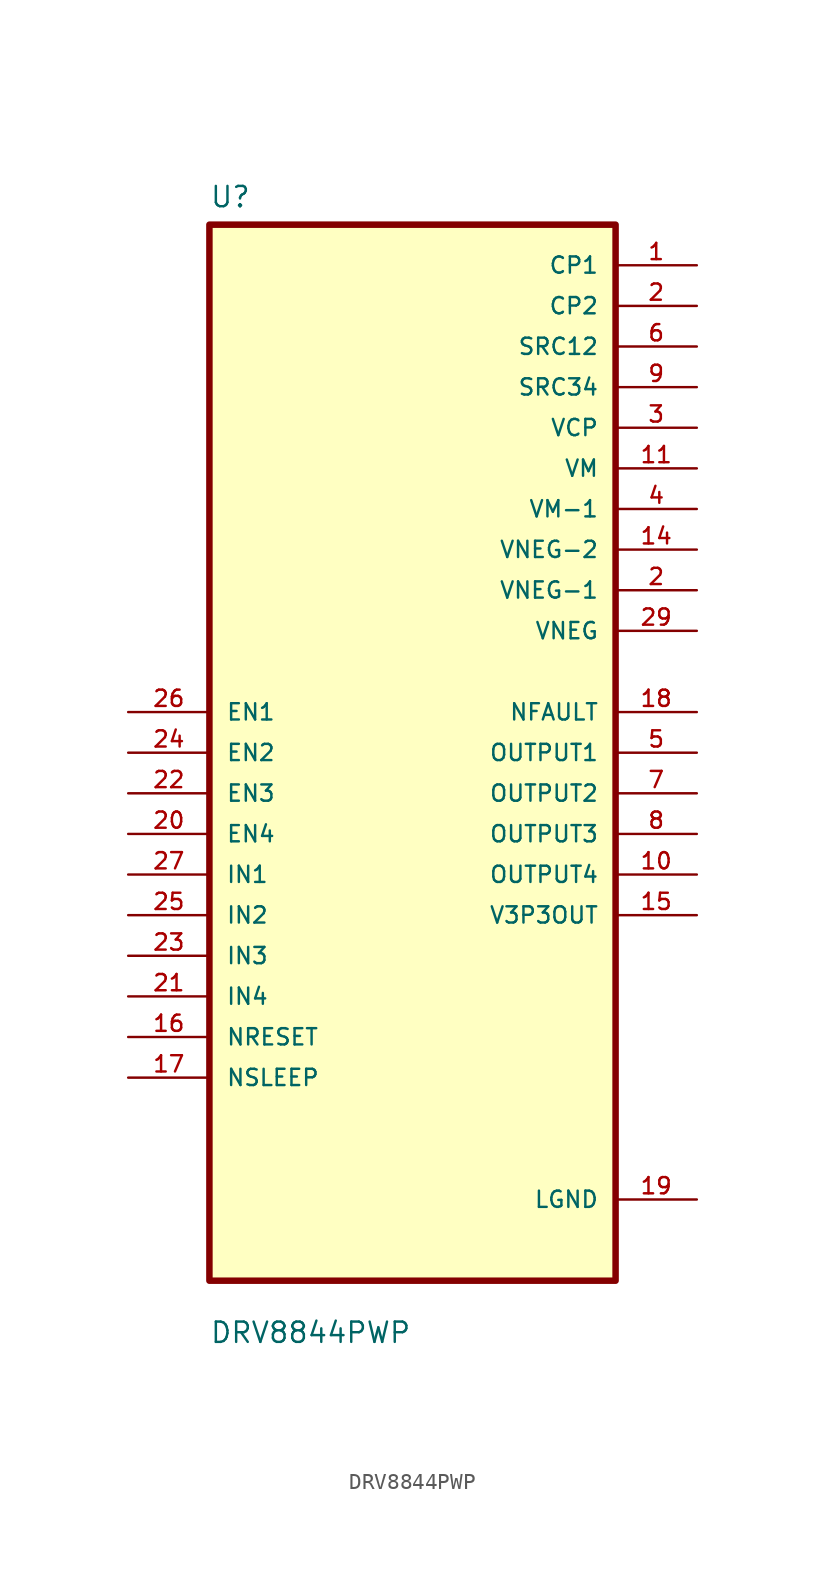
<source format=kicad_sym>
(kicad_symbol_lib
  (version 20211014)
  (generator kicad_symbol_editor)
  (symbol "DRV8844PWP"
    (pin_names
      (offset 1.016))
    (property "Reference" "U"
      (at -12.7 34.011 0)
      (effects (font (size 1.27 1.27)) (justify left bottom)))
    (property "Value" "DRV8844PWP"
      (at -12.7 -37.008 0)
      (effects (font (size 1.27 1.27)) (justify left bottom)))
    (property "ki_locked" ""
      (at 0 0 0)
      (effects (font (size 1.27 1.27))))
    (symbol "DRV8844PWP_0_0"
      (rectangle (start -12.7 -33.02) (end 12.7 33.02) (stroke (width 0.406) (type default) (color 0 0 0 0)) (fill (type background)))
      (pin power_in line (at 17.78 30.48 180) (length 5.08) (name "CP1" (effects (font (size 1.016 1.016)))) (number "1" (effects (font (size 1.016 1.016)))))
      (pin output line (at 17.78 -7.62 180) (length 5.08) (name "OUTPUT4" (effects (font (size 1.016 1.016)))) (number "10" (effects (font (size 1.016 1.016)))))
      (pin power_in line (at 17.78 17.78 180) (length 5.08) (name "VM" (effects (font (size 1.016 1.016)))) (number "11" (effects (font (size 1.016 1.016)))))
      (pin power_in line (at 17.78 12.7 180) (length 5.08) (name "VNEG-2" (effects (font (size 1.016 1.016)))) (number "14" (effects (font (size 1.016 1.016)))))
      (pin output line (at 17.78 -10.16 180) (length 5.08) (name "V3P3OUT" (effects (font (size 1.016 1.016)))) (number "15" (effects (font (size 1.016 1.016)))))
      (pin input line (at -17.78 -17.78 0) (length 5.08) (name "NRESET" (effects (font (size 1.016 1.016)))) (number "16" (effects (font (size 1.016 1.016)))))
      (pin input line (at -17.78 -20.32 0) (length 5.08) (name "NSLEEP" (effects (font (size 1.016 1.016)))) (number "17" (effects (font (size 1.016 1.016)))))
      (pin output line (at 17.78 2.54 180) (length 5.08) (name "NFAULT" (effects (font (size 1.016 1.016)))) (number "18" (effects (font (size 1.016 1.016)))))
      (pin power_in line (at 17.78 -27.94 180) (length 5.08) (name "LGND" (effects (font (size 1.016 1.016)))) (number "19" (effects (font (size 1.016 1.016)))))
      (pin power_in line (at 17.78 27.94 180) (length 5.08) (name "CP2" (effects (font (size 1.016 1.016)))) (number "2" (effects (font (size 1.016 1.016)))))
      (pin power_in line (at 17.78 10.16 180) (length 5.08) (name "VNEG-1" (effects (font (size 1.016 1.016)))) (number "2" (effects (font (size 1.016 1.016)))))
      (pin input line (at -17.78 -5.08 0) (length 5.08) (name "EN4" (effects (font (size 1.016 1.016)))) (number "20" (effects (font (size 1.016 1.016)))))
      (pin input line (at -17.78 -15.24 0) (length 5.08) (name "IN4" (effects (font (size 1.016 1.016)))) (number "21" (effects (font (size 1.016 1.016)))))
      (pin input line (at -17.78 -2.54 0) (length 5.08) (name "EN3" (effects (font (size 1.016 1.016)))) (number "22" (effects (font (size 1.016 1.016)))))
      (pin input line (at -17.78 -12.7 0) (length 5.08) (name "IN3" (effects (font (size 1.016 1.016)))) (number "23" (effects (font (size 1.016 1.016)))))
      (pin input line (at -17.78 0 0) (length 5.08) (name "EN2" (effects (font (size 1.016 1.016)))) (number "24" (effects (font (size 1.016 1.016)))))
      (pin input line (at -17.78 -10.16 0) (length 5.08) (name "IN2" (effects (font (size 1.016 1.016)))) (number "25" (effects (font (size 1.016 1.016)))))
      (pin input line (at -17.78 2.54 0) (length 5.08) (name "EN1" (effects (font (size 1.016 1.016)))) (number "26" (effects (font (size 1.016 1.016)))))
      (pin input line (at -17.78 -7.62 0) (length 5.08) (name "IN1" (effects (font (size 1.016 1.016)))) (number "27" (effects (font (size 1.016 1.016)))))
      (pin power_in line (at 17.78 7.62 180) (length 5.08) (name "VNEG" (effects (font (size 1.016 1.016)))) (number "29" (effects (font (size 1.016 1.016)))))
      (pin power_in line (at 17.78 20.32 180) (length 5.08) (name "VCP" (effects (font (size 1.016 1.016)))) (number "3" (effects (font (size 1.016 1.016)))))
      (pin power_in line (at 17.78 15.24 180) (length 5.08) (name "VM-1" (effects (font (size 1.016 1.016)))) (number "4" (effects (font (size 1.016 1.016)))))
      (pin output line (at 17.78 0 180) (length 5.08) (name "OUTPUT1" (effects (font (size 1.016 1.016)))) (number "5" (effects (font (size 1.016 1.016)))))
      (pin power_in line (at 17.78 25.4 180) (length 5.08) (name "SRC12" (effects (font (size 1.016 1.016)))) (number "6" (effects (font (size 1.016 1.016)))))
      (pin output line (at 17.78 -2.54 180) (length 5.08) (name "OUTPUT2" (effects (font (size 1.016 1.016)))) (number "7" (effects (font (size 1.016 1.016)))))
      (pin output line (at 17.78 -5.08 180) (length 5.08) (name "OUTPUT3" (effects (font (size 1.016 1.016)))) (number "8" (effects (font (size 1.016 1.016)))))
      (pin power_in line (at 17.78 22.86 180) (length 5.08) (name "SRC34" (effects (font (size 1.016 1.016)))) (number "9" (effects (font (size 1.016 1.016))))))))
</source>
